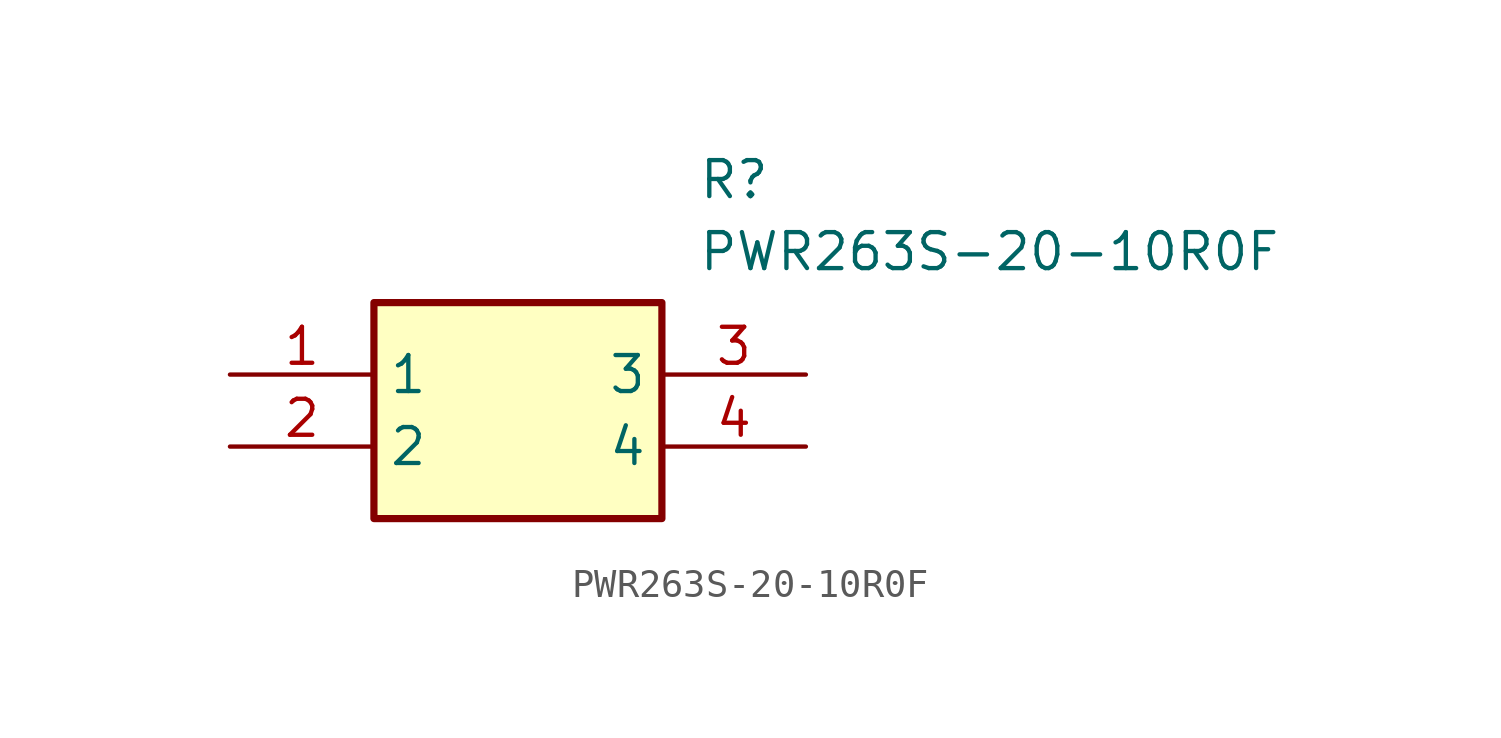
<source format=kicad_sym>
(kicad_symbol_lib
  (version 20211014)
  (generator SamacSys_ECAD_Model)
  (symbol "PWR263S-20-10R0F"
    (property "Reference" "R"
      (at 16.51 7.62 0)
      (effects (font (size 1.27 1.27)) (justify left top)))
    (property "Value" "PWR263S-20-10R0F"
      (at 16.51 5.08 0)
      (effects (font (size 1.27 1.27)) (justify left top)))
    (rectangle
      (start 5.08 2.54)
      (end 15.24 -5.08)
      (stroke (width 0.254) (type default))
      (fill (type background)))
    (pin passive line
      (at 0 0 0)
      (length 5.08)
      (name "1" (effects (font (size 1.27 1.27))))
      (number "1" (effects (font (size 1.27 1.27)))))
    (pin passive line
      (at 0 -2.54 0)
      (length 5.08)
      (name "2" (effects (font (size 1.27 1.27))))
      (number "2" (effects (font (size 1.27 1.27)))))
    (pin passive line
      (at 20.32 0 180)
      (length 5.08)
      (name "3" (effects (font (size 1.27 1.27))))
      (number "3" (effects (font (size 1.27 1.27)))))
    (pin passive line
      (at 20.32 -2.54 180)
      (length 5.08)
      (name "4" (effects (font (size 1.27 1.27))))
      (number "4" (effects (font (size 1.27 1.27)))))))
</source>
